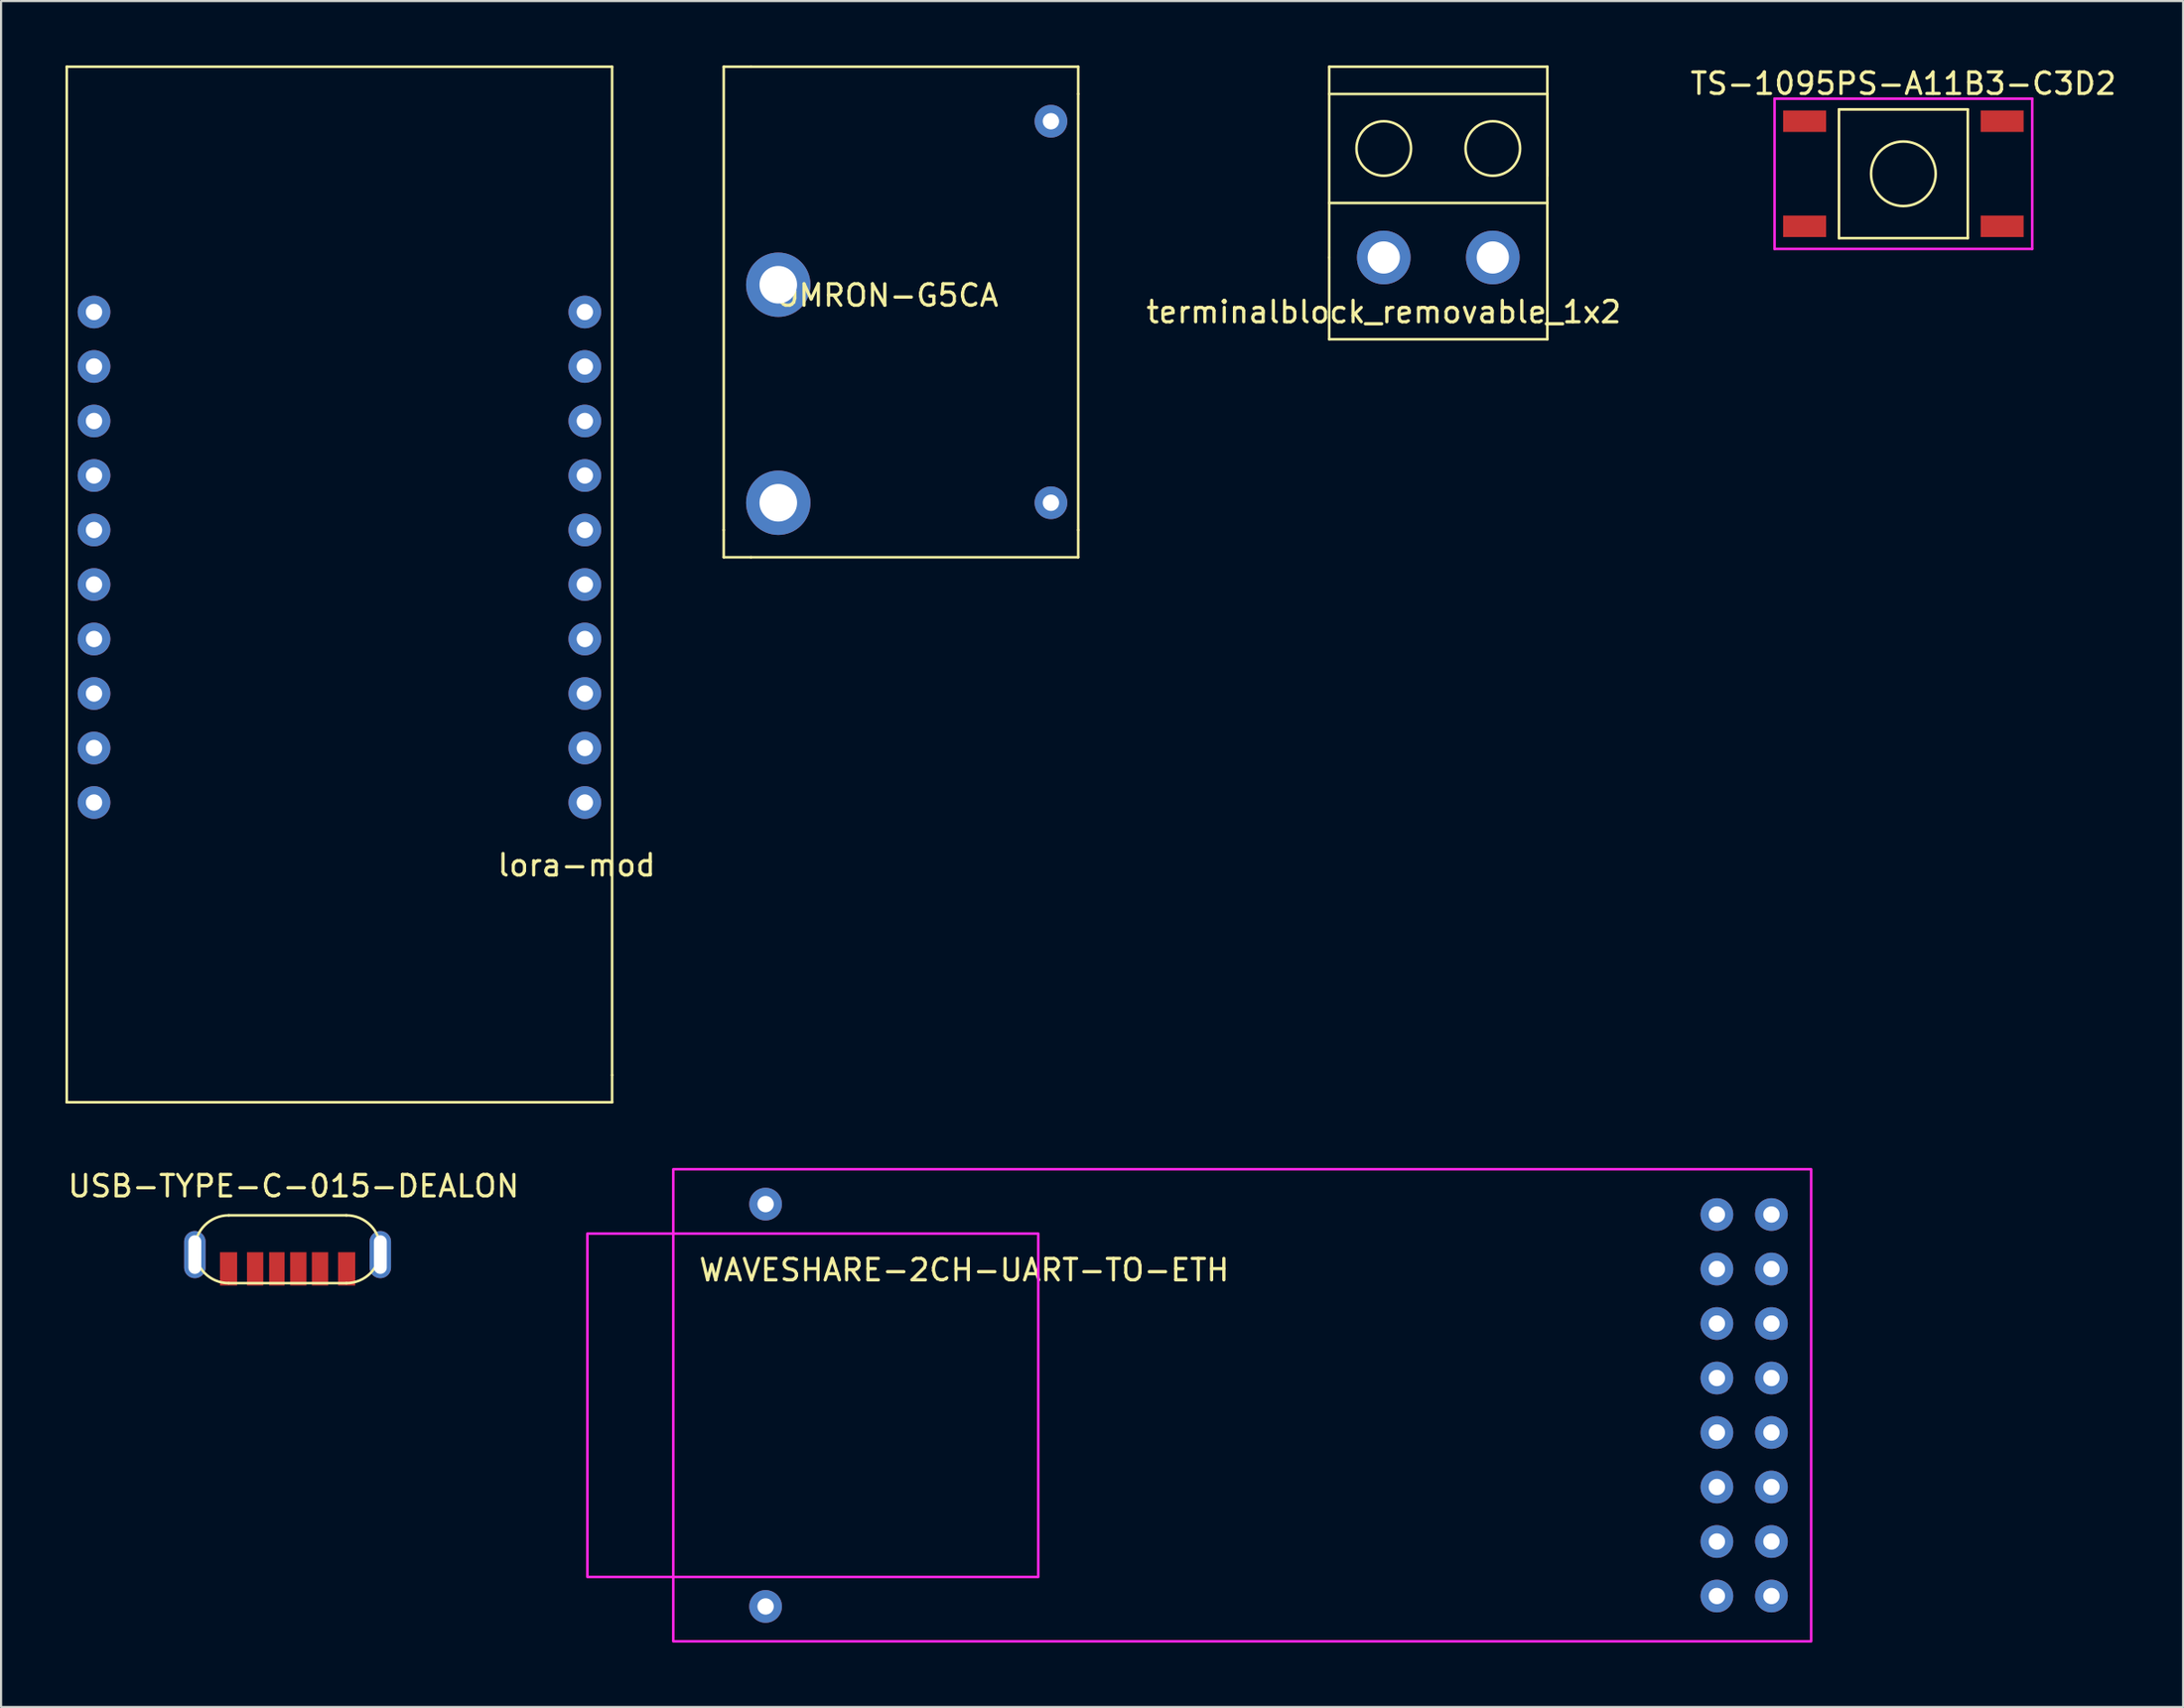
<source format=kicad_pcb>
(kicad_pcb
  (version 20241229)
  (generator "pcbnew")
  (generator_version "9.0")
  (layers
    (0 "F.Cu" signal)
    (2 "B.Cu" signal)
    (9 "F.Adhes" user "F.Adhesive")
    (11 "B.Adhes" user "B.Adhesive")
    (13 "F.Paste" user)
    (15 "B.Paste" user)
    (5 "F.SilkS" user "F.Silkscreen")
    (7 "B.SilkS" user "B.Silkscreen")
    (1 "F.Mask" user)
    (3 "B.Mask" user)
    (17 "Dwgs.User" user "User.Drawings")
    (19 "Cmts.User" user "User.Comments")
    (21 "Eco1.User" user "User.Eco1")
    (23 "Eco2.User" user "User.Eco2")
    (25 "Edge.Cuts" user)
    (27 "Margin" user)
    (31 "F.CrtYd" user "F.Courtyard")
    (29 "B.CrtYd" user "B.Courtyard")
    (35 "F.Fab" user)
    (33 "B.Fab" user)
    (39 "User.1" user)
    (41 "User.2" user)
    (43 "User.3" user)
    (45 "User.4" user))
  (footprint "terminalblock_removable_1x2"
    (layer "F.Cu")
    (at 63.943 8.95)
    (property "Reference" "terminalblock_removable_1x2" (at -2.54 2.54 0) (layer "F.SilkS") (effects (font (size 1 1) (thickness 0.15))))
    (attr through_hole)
    (fp_line (start -5.08 -8.89) (end -5.08 0) (stroke (width 0.12) (type solid)) (layer "F.SilkS"))
    (fp_line (start -5.08 -7.62) (end 5.08 -7.62) (stroke (width 0.12) (type solid)) (layer "F.SilkS"))
    (fp_line (start -5.08 0) (end -5.08 3.81) (stroke (width 0.12) (type solid)) (layer "F.SilkS"))
    (fp_line (start -5.08 3.81) (end 5.08 3.81) (stroke (width 0.12) (type solid)) (layer "F.SilkS"))
    (fp_line (start 5.08 -8.89) (end -5.08 -8.89) (stroke (width 0.12) (type solid)) (layer "F.SilkS"))
    (fp_line (start 5.08 -7.62) (end 5.08 -3.81) (stroke (width 0.12) (type solid)) (layer "F.SilkS"))
    (fp_line (start 5.08 -2.54) (end -5.08 -2.54) (stroke (width 0.12) (type solid)) (layer "F.SilkS"))
    (fp_line (start 5.08 3.81) (end 5.08 -8.89) (stroke (width 0.12) (type solid)) (layer "F.SilkS"))
    (fp_circle (center -2.54 -5.08) (end -2.54 -6.35) (stroke (width 0.12) (type solid)) (fill no) (layer "F.SilkS"))
    (fp_circle (center 2.54 -5.08) (end 2.54 -6.35) (stroke (width 0.12) (type solid)) (fill no) (layer "F.SilkS"))
    (pad "1" thru_hole circle (at -2.54 0) (size 2.5 2.5) (drill 1.5) (layers "*.Cu" "*.Mask"))
    (pad "2" thru_hole circle (at 2.54 0) (size 2.5 2.5) (drill 1.5) (layers "*.Cu" "*.Mask")))
  (footprint "OMRON-G5CA"
    (layer "F.Cu")
    (at 39.551 11.49)
    (property "Reference" "OMRON-G5CA" (at -1.27 -0.77 0) (layer "F.SilkS") (effects (font (size 1 1) (thickness 0.15))))
    (attr through_hole)
    (fp_line (start -8.89 -11.43) (end -7.62 -11.43) (stroke (width 0.12) (type solid)) (layer "F.SilkS"))
    (fp_line (start -8.89 10.16) (end -8.89 -11.43) (stroke (width 0.12) (type solid)) (layer "F.SilkS"))
    (fp_line (start -8.89 11.43) (end -8.89 10.16) (stroke (width 0.12) (type solid)) (layer "F.SilkS"))
    (fp_line (start -7.62 -11.43) (end 7.62 -11.43) (stroke (width 0.12) (type solid)) (layer "F.SilkS"))
    (fp_line (start -7.62 11.43) (end -8.89 11.43) (stroke (width 0.12) (type solid)) (layer "F.SilkS"))
    (fp_line (start 7.62 -11.43) (end 7.62 -10.16) (stroke (width 0.12) (type solid)) (layer "F.SilkS"))
    (fp_line (start 7.62 -10.16) (end 7.62 10.16) (stroke (width 0.12) (type solid)) (layer "F.SilkS"))
    (fp_line (start 7.62 10.16) (end 7.62 11.43) (stroke (width 0.12) (type solid)) (layer "F.SilkS"))
    (fp_line (start 7.62 11.43) (end -7.62 11.43) (stroke (width 0.12) (type solid)) (layer "F.SilkS"))
    (pad "1" thru_hole circle (at 6.35 8.89) (size 1.524 1.524) (drill 0.762) (layers "*.Cu" "*.Mask"))
    (pad "2" thru_hole circle (at 6.35 -8.89) (size 1.524 1.524) (drill 0.762) (layers "*.Cu" "*.Mask"))
    (pad "3" thru_hole circle (at -6.35 -1.27) (size 3 3) (drill 1.75) (layers "*.Cu" "*.Mask"))
    (pad "4" thru_hole circle (at -6.35 8.89) (size 3 3) (drill 1.75) (layers "*.Cu" "*.Mask")))
  (footprint "USB-TYPE-C-015-DEALON"
    (layer "F.Cu")
    (at 10.345 56.748)
    (property "Reference" "USB-TYPE-C-015-DEALON" (at 0.28 -4.52 0) (layer "F.SilkS") (effects (font (size 1 1) (thickness 0.15))))
    (attr through_hole)
    (fp_line (start -2.74 -3.16) (end 2.74 -3.16) (stroke (width 0.12) (type solid)) (layer "F.SilkS"))
    (fp_line (start 2.74 0) (end -2.74 0) (stroke (width 0.12) (type solid)) (layer "F.SilkS"))
    (fp_arc (start -2.74 0) (mid -4.32 -1.58) (end -2.74 -3.16) (stroke (width 0.12) (type solid)) (layer "F.SilkS"))
    (fp_arc (start 2.74 -3.16) (mid 4.32 -1.58) (end 2.74 0) (stroke (width 0.12) (type solid)) (layer "F.SilkS"))
    (pad "2" thru_hole oval (at -4.32 -1.33) (size 1 2.2) (drill oval 0.6 1.8) (layers "*.Cu" "*.Mask"))
    (pad "2" thru_hole oval (at 4.32 -1.33) (size 1 2.2) (drill oval 0.6 1.8) (layers "*.Cu" "*.Mask"))
    (pad "A5" smd rect (at -0.5 0) (size 0.72 1.55) (drill (offset 0 -0.665)) (layers "F.Cu" "F.Mask" "F.Paste"))
    (pad "A9" smd rect (at 1.51 0) (size 0.76 1.55) (drill (offset 0 -0.665)) (layers "F.Cu" "F.Mask" "F.Paste"))
    (pad "A12" smd rect (at 2.75 0) (size 0.8 1.55) (drill (offset 0 -0.665)) (layers "F.Cu" "F.Mask" "F.Paste"))
    (pad "B5" smd rect (at 0.5 0) (size 0.76 1.55) (drill (offset 0 -0.665)) (layers "F.Cu" "F.Mask" "F.Paste"))
    (pad "B9" smd rect (at -1.51 0) (size 0.76 1.55) (drill (offset 0 -0.665)) (layers "F.Cu" "F.Mask" "F.Paste"))
    (pad "B12" smd rect (at -2.75 0) (size 0.8 1.55) (drill (offset 0 -0.665)) (layers "F.Cu" "F.Mask" "F.Paste")))
  (footprint "TS-1095PS-A11B3-C3D2"
    (layer "F.Cu")
    (at 85.606 5.048)
    (property "Reference" "TS-1095PS-A11B3-C3D2" (at 0 -4.2 0) (layer "F.SilkS") (effects (font (size 1 1) (thickness 0.15))))
    (attr through_hole)
    (fp_line (start -3 -3) (end -3 3) (stroke (width 0.12) (type solid)) (layer "F.SilkS"))
    (fp_line (start -3 3) (end 3 3) (stroke (width 0.12) (type solid)) (layer "F.SilkS"))
    (fp_line (start 3 -3) (end -3 -3) (stroke (width 0.12) (type solid)) (layer "F.SilkS"))
    (fp_line (start 3 3) (end 3 -3) (stroke (width 0.12) (type solid)) (layer "F.SilkS"))
    (fp_circle (center 0 0) (end 1.505 0) (stroke (width 0.12) (type solid)) (fill no) (layer "F.SilkS"))
    (fp_line (start -6 -3.5) (end -6 3.5) (stroke (width 0.12) (type solid)) (layer "F.CrtYd"))
    (fp_line (start -6 3.5) (end 6 3.5) (stroke (width 0.12) (type solid)) (layer "F.CrtYd"))
    (fp_line (start 6 -3.5) (end -6 -3.5) (stroke (width 0.12) (type solid)) (layer "F.CrtYd"))
    (fp_line (start 6 3.5) (end 6 -3.5) (stroke (width 0.12) (type solid)) (layer "F.CrtYd"))
    (pad "1" smd rect (at -4.6 -2.45) (size 2 1) (layers "F.Cu" "F.Mask" "F.Paste"))
    (pad "1" smd rect (at 4.6 -2.45) (size 2 1) (layers "F.Cu" "F.Mask" "F.Paste"))
    (pad "2" smd rect (at -4.6 2.45) (size 2 1) (layers "F.Cu" "F.Mask" "F.Paste"))
    (pad "2" smd rect (at 4.6 2.45) (size 2 1) (layers "F.Cu" "F.Mask" "F.Paste")))
  (footprint "lora-mod"
    (layer "F.Cu")
    (at 11.49 22.92)
    (property "Reference" "lora-mod" (at 12.319 14.351 0) (layer "F.SilkS") (effects (font (size 1 1) (thickness 0.15))))
    (attr through_hole)
    (fp_line (start -11.43 25.4) (end -11.43 -22.86) (stroke (width 0.12) (type solid)) (layer "F.SilkS"))
    (fp_line (start 13.97 -22.86) (end -11.43 -22.86) (stroke (width 0.12) (type solid)) (layer "F.SilkS"))
    (fp_line (start 13.97 -22.86) (end 13.97 24.13) (stroke (width 0.12) (type solid)) (layer "F.SilkS"))
    (fp_line (start 13.97 25.4) (end -11.43 25.4) (stroke (width 0.12) (type solid)) (layer "F.SilkS"))
    (fp_line (start 13.97 25.4) (end 13.97 24.13) (stroke (width 0.12) (type solid)) (layer "F.SilkS"))
    (pad "1" thru_hole circle (at -10.16 -11.43) (size 1.524 1.524) (drill 0.762) (layers "*.Cu" "*.Mask"))
    (pad "2" thru_hole circle (at -10.16 -8.89) (size 1.524 1.524) (drill 0.762) (layers "*.Cu" "*.Mask"))
    (pad "3" thru_hole circle (at -10.16 -6.35) (size 1.524 1.524) (drill 0.762) (layers "*.Cu" "*.Mask"))
    (pad "4" thru_hole circle (at -10.16 -3.81) (size 1.524 1.524) (drill 0.762) (layers "*.Cu" "*.Mask"))
    (pad "5" thru_hole circle (at -10.16 -1.27) (size 1.524 1.524) (drill 0.762) (layers "*.Cu" "*.Mask"))
    (pad "6" thru_hole circle (at -10.16 1.27) (size 1.524 1.524) (drill 0.762) (layers "*.Cu" "*.Mask"))
    (pad "7" thru_hole circle (at -10.16 3.81) (size 1.524 1.524) (drill 0.762) (layers "*.Cu" "*.Mask"))
    (pad "8" thru_hole circle (at -10.16 6.35) (size 1.524 1.524) (drill 0.762) (layers "*.Cu" "*.Mask"))
    (pad "9" thru_hole circle (at -10.16 8.89) (size 1.524 1.524) (drill 0.762) (layers "*.Cu" "*.Mask"))
    (pad "10" thru_hole circle (at -10.16 11.43) (size 1.524 1.524) (drill 0.762) (layers "*.Cu" "*.Mask"))
    (pad "11" thru_hole circle (at 12.7 -11.43) (size 1.524 1.524) (drill 0.762) (layers "*.Cu" "*.Mask"))
    (pad "12" thru_hole circle (at 12.7 -8.89) (size 1.524 1.524) (drill 0.762) (layers "*.Cu" "*.Mask"))
    (pad "13" thru_hole circle (at 12.7 -6.35) (size 1.524 1.524) (drill 0.762) (layers "*.Cu" "*.Mask"))
    (pad "14" thru_hole circle (at 12.7 -3.81) (size 1.524 1.524) (drill 0.762) (layers "*.Cu" "*.Mask"))
    (pad "15" thru_hole circle (at 12.7 -1.27) (size 1.524 1.524) (drill 0.762) (layers "*.Cu" "*.Mask"))
    (pad "16" thru_hole circle (at 12.7 1.27) (size 1.524 1.524) (drill 0.762) (layers "*.Cu" "*.Mask"))
    (pad "17" thru_hole circle (at 12.7 3.81) (size 1.524 1.524) (drill 0.762) (layers "*.Cu" "*.Mask"))
    (pad "18" thru_hole circle (at 12.7 6.35) (size 1.524 1.524) (drill 0.762) (layers "*.Cu" "*.Mask"))
    (pad "19" thru_hole circle (at 12.7 8.89) (size 1.524 1.524) (drill 0.762) (layers "*.Cu" "*.Mask"))
    (pad "20" thru_hole circle (at 12.7 11.43) (size 1.524 1.524) (drill 0.762) (layers "*.Cu" "*.Mask")))
  (footprint "WAVESHARE-2CH-UART-TO-ETH"
    (layer "F.Cu")
    (at 54.06 62.44)
    (property "Reference" "WAVESHARE-2CH-UART-TO-ETH" (at -12.2 -6.3 0) (unlocked yes) (layer "F.SilkS") (effects (font (size 1 1) (thickness 0.15))))
    (attr through_hole)
    (fp_rect (start -29.75 -8) (end -8.75 8) (stroke (width 0.12) (type default)) (fill no) (layer "F.CrtYd"))
    (fp_rect (start -25.75 -11) (end 27.25 11) (stroke (width 0.12) (type default)) (fill no) (layer "F.CrtYd"))
    (pad "1" thru_hole circle (at 25.4 -8.89) (size 1.524 1.524) (drill 0.762) (layers "*.Cu" "*.Mask"))
    (pad "2" thru_hole circle (at 22.86 -8.89) (size 1.524 1.524) (drill 0.762) (layers "*.Cu" "*.Mask"))
    (pad "3" thru_hole circle (at 25.4 -6.35) (size 1.524 1.524) (drill 0.762) (layers "*.Cu" "*.Mask"))
    (pad "4" thru_hole circle (at 22.86 -6.35) (size 1.524 1.524) (drill 0.762) (layers "*.Cu" "*.Mask"))
    (pad "5" thru_hole circle (at 25.4 -3.81) (size 1.524 1.524) (drill 0.762) (layers "*.Cu" "*.Mask"))
    (pad "6" thru_hole circle (at 22.86 -3.81) (size 1.524 1.524) (drill 0.762) (layers "*.Cu" "*.Mask"))
    (pad "7" thru_hole circle (at 25.4 -1.27) (size 1.524 1.524) (drill 0.762) (layers "*.Cu" "*.Mask"))
    (pad "8" thru_hole circle (at 22.86 -1.27) (size 1.524 1.524) (drill 0.762) (layers "*.Cu" "*.Mask"))
    (pad "9" thru_hole circle (at 25.4 1.27) (size 1.524 1.524) (drill 0.762) (layers "*.Cu" "*.Mask"))
    (pad "10" thru_hole circle (at 22.86 1.27) (size 1.524 1.524) (drill 0.762) (layers "*.Cu" "*.Mask"))
    (pad "11" thru_hole circle (at 25.4 3.81) (size 1.524 1.524) (drill 0.762) (layers "*.Cu" "*.Mask"))
    (pad "12" thru_hole circle (at 22.86 3.81) (size 1.524 1.524) (drill 0.762) (layers "*.Cu" "*.Mask"))
    (pad "13" thru_hole circle (at 25.4 6.35) (size 1.524 1.524) (drill 0.762) (layers "*.Cu" "*.Mask"))
    (pad "14" thru_hole circle (at 22.86 6.35) (size 1.524 1.524) (drill 0.762) (layers "*.Cu" "*.Mask"))
    (pad "15" thru_hole circle (at 25.4 8.89) (size 1.524 1.524) (drill 0.762) (layers "*.Cu" "*.Mask"))
    (pad "16" thru_hole circle (at 22.86 8.89) (size 1.524 1.524) (drill 0.762) (layers "*.Cu" "*.Mask"))
    (pad "17" thru_hole circle (at -21.45 -9.375) (size 1.524 1.524) (drill 0.762) (layers "*.Cu" "*.Mask"))
    (pad "18" thru_hole circle (at -21.45 9.375) (size 1.524 1.524) (drill 0.762) (layers "*.Cu" "*.Mask")))
  (gr_rect
    (start -3 -3)
    (end 98.635 76.5)
    (stroke (width 0.1) (type default))
    (fill no)
    (layer "Edge.Cuts")))
</source>
